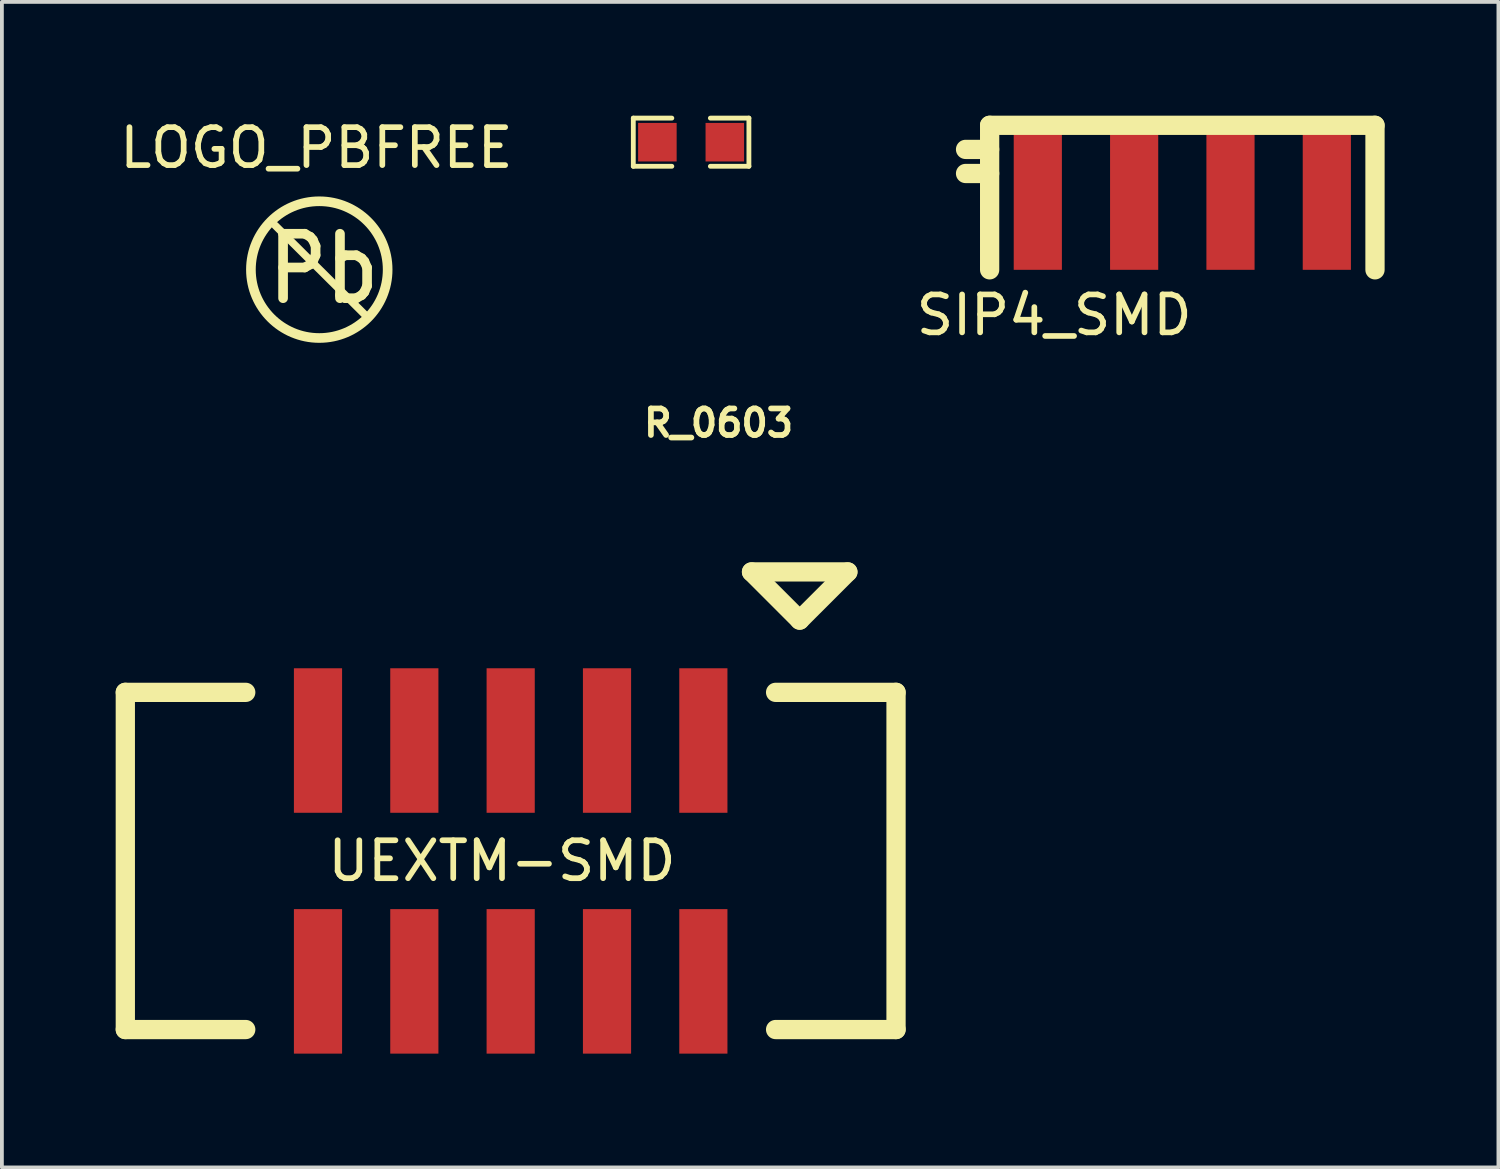
<source format=kicad_pcb>
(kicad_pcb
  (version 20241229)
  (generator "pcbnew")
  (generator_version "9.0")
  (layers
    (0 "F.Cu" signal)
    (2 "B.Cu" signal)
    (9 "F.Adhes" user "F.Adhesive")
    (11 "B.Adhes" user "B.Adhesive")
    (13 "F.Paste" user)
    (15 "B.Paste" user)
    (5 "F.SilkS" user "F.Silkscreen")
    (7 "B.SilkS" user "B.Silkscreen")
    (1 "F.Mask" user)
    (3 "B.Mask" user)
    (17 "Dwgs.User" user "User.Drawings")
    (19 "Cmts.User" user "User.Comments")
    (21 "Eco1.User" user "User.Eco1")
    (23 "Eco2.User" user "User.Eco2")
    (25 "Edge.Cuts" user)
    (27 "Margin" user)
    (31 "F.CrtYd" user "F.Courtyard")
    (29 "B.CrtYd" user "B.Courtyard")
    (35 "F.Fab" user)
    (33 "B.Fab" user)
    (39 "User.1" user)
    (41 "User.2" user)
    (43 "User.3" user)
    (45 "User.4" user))
  (footprint "R_0603"
    (layer "F.Cu")
    (at 15.171 0.699)
    (property "Reference" "R_0603" (at 0.724 7.404 0) (layer "F.SilkS") (effects (font (size 0.7 0.7) (thickness 0.15))))
    (attr smd)
    (fp_line (start -1.524 -0.635) (end -1.524 0.635) (stroke (width 0.127) (type solid)) (layer "F.SilkS"))
    (fp_line (start -1.524 -0.635) (end -0.508 -0.635) (stroke (width 0.127) (type solid)) (layer "F.SilkS"))
    (fp_line (start -1.524 0.635) (end -0.508 0.635) (stroke (width 0.127) (type solid)) (layer "F.SilkS"))
    (fp_line (start 0.508 -0.635) (end 1.524 -0.635) (stroke (width 0.127) (type solid)) (layer "F.SilkS"))
    (fp_line (start 1.524 -0.635) (end 1.524 0.635) (stroke (width 0.127) (type solid)) (layer "F.SilkS"))
    (fp_line (start 1.524 0.635) (end 0.508 0.635) (stroke (width 0.127) (type solid)) (layer "F.SilkS"))
    (pad "1" smd rect (at -0.889 0) (size 1.016 1.016) (layers "F.Cu" "F.Mask" "F.Paste"))
    (pad "2" smd rect (at 0.889 0) (size 1.016 1.016) (layers "F.Cu" "F.Mask" "F.Paste")))
  (footprint "SIP4_SMD"
    (layer "F.Cu")
    (at 28.122 2.159)
    (property "Reference" "SIP4_SMD" (at -3.378 3.099 0) (layer "F.SilkS") (effects (font (size 1 1) (thickness 0.15))))
    (attr through_hole)
    (fp_line (start -5.715 -1.27) (end -5.08 -1.27) (stroke (width 0.508) (type solid)) (layer "F.SilkS"))
    (fp_line (start -5.715 -0.635) (end -5.08 -0.635) (stroke (width 0.508) (type solid)) (layer "F.SilkS"))
    (fp_line (start -5.08 -1.905) (end 5.08 -1.905) (stroke (width 0.508) (type solid)) (layer "F.SilkS"))
    (fp_line (start -5.08 1.905) (end -5.08 -1.905) (stroke (width 0.508) (type solid)) (layer "F.SilkS"))
    (fp_line (start 5.08 -1.905) (end 5.08 1.905) (stroke (width 0.508) (type solid)) (layer "F.SilkS"))
    (pad "1" smd rect (at -3.81 0) (size 1.27 3.81) (layers "F.Cu" "F.Mask"))
    (pad "2" smd rect (at -1.27 0) (size 1.27 3.81) (layers "F.Cu" "F.Mask"))
    (pad "3" smd rect (at 1.27 0) (size 1.27 3.81) (layers "F.Cu" "F.Mask"))
    (pad "4" smd rect (at 3.81 0) (size 1.27 3.81) (layers "F.Cu" "F.Mask")))
  (footprint "LOGO_PBFREE"
    (layer "F.Cu")
    (at 5.571 4.374)
    (property "Reference" "LOGO_PBFREE" (at -0.279 -3.526 0) (layer "F.SilkS") (effects (font (size 1 1) (thickness 0.15))))
    (attr through_hole)
    (fp_line (start -1.364 -1.478) (end 1.069 0.942) (stroke (width 0.2) (type solid)) (layer "F.SilkS"))
    (fp_circle (center -0.203 -0.315) (end 0.907 -1.735) (stroke (width 0.254) (type solid)) (fill no) (layer "F.SilkS"))
    (fp_text user "Pb" (at -0.086 -0.335 0) (layer "F.SilkS") (effects (font (size 1.7 1.5) (thickness 0.254)))))
  (footprint "UEXTM-SMD"
    (layer "F.Cu")
    (at 10.414 19.649)
    (property "Reference" "UEXTM-SMD" (at -0.229 0 0) (layer "F.SilkS") (effects (font (size 1 1) (thickness 0.15))))
    (attr through_hole)
    (fp_line (start -10.16 -4.445) (end -10.16 4.445) (stroke (width 0.508) (type solid)) (layer "F.SilkS"))
    (fp_line (start -10.16 -4.445) (end -6.985 -4.445) (stroke (width 0.508) (type solid)) (layer "F.SilkS"))
    (fp_line (start -10.16 4.445) (end -6.985 4.445) (stroke (width 0.508) (type solid)) (layer "F.SilkS"))
    (fp_line (start 6.35 -7.62) (end 8.89 -7.62) (stroke (width 0.508) (type solid)) (layer "F.SilkS"))
    (fp_line (start 6.985 4.445) (end 10.16 4.445) (stroke (width 0.508) (type solid)) (layer "F.SilkS"))
    (fp_line (start 7.62 -6.35) (end 6.35 -7.62) (stroke (width 0.508) (type solid)) (layer "F.SilkS"))
    (fp_line (start 8.89 -7.62) (end 7.62 -6.35) (stroke (width 0.508) (type solid)) (layer "F.SilkS"))
    (fp_line (start 10.16 -4.445) (end 6.985 -4.445) (stroke (width 0.508) (type solid)) (layer "F.SilkS"))
    (fp_line (start 10.16 -4.445) (end 10.16 4.445) (stroke (width 0.508) (type solid)) (layer "F.SilkS"))
    (pad "1" smd rect (at 5.08 -3.175) (size 1.27 3.81) (layers "F.Cu" "F.Mask" "F.Paste"))
    (pad "2" smd rect (at 5.08 3.175) (size 1.27 3.81) (layers "F.Cu" "F.Mask" "F.Paste"))
    (pad "3" smd rect (at 2.54 -3.175) (size 1.27 3.81) (layers "F.Cu" "F.Mask" "F.Paste"))
    (pad "4" smd rect (at 2.54 3.175) (size 1.27 3.81) (layers "F.Cu" "F.Mask" "F.Paste"))
    (pad "5" smd rect (at 0 -3.175) (size 1.27 3.81) (layers "F.Cu" "F.Mask" "F.Paste"))
    (pad "6" smd rect (at 0 3.175) (size 1.27 3.81) (layers "F.Cu" "F.Mask" "F.Paste"))
    (pad "7" smd rect (at -2.54 -3.175) (size 1.27 3.81) (layers "F.Cu" "F.Mask" "F.Paste"))
    (pad "8" smd rect (at -2.54 3.175) (size 1.27 3.81) (layers "F.Cu" "F.Mask" "F.Paste"))
    (pad "9" smd rect (at -5.08 -3.175) (size 1.27 3.81) (layers "F.Cu" "F.Mask" "F.Paste"))
    (pad "10" smd rect (at -5.08 3.175) (size 1.27 3.81) (layers "F.Cu" "F.Mask" "F.Paste")))
  (gr_rect
    (start -3 -3)
    (end 36.456 27.729)
    (stroke (width 0.1) (type default))
    (fill no)
    (layer "Edge.Cuts")))
</source>
